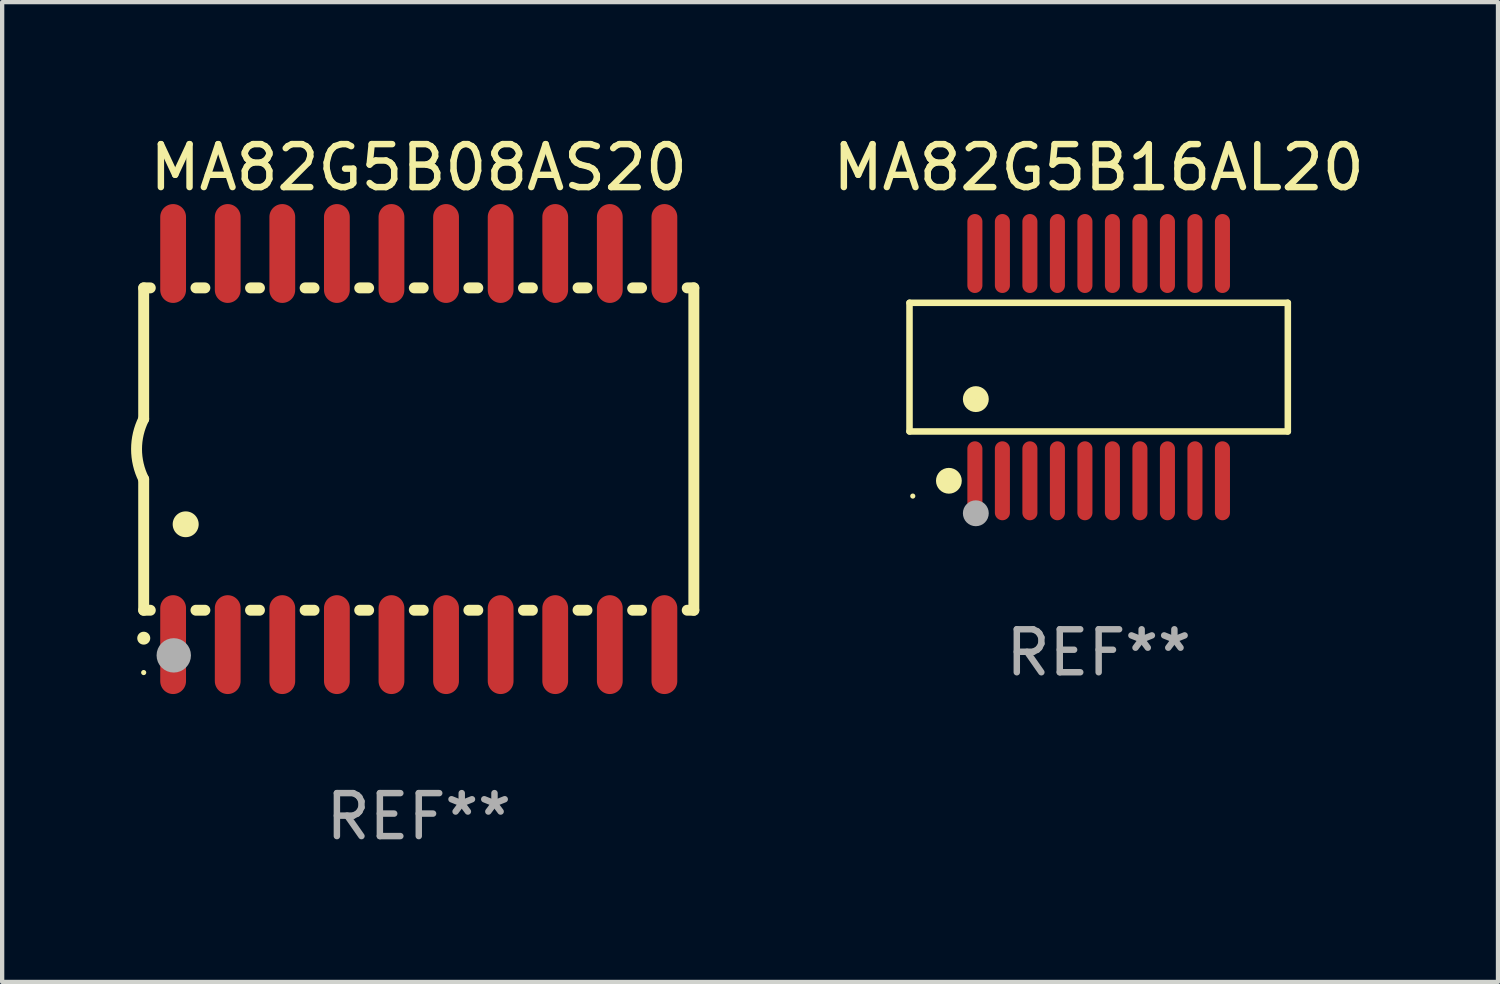
<source format=kicad_pcb>
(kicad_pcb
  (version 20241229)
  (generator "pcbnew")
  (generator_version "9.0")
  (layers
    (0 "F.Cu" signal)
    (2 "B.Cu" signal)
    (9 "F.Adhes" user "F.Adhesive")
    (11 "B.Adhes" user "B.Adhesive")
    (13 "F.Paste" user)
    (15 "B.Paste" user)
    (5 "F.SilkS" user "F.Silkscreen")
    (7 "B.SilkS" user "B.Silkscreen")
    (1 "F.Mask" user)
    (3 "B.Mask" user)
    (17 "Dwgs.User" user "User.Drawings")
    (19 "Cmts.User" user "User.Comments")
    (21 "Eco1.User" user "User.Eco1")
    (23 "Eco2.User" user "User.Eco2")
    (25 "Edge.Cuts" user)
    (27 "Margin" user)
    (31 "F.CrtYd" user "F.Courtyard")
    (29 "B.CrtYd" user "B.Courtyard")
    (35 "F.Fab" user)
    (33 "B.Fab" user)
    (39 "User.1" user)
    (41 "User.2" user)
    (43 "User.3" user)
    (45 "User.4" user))
  (footprint "MA82G5B08AS20"
    (layer "F.Cu")
    (at 6.693 7.398)
    (property "Reference" "MA82G5B08AS20" (at 0 -6.55 0) (layer "F.SilkS") (effects (font (size 1 1) (thickness 0.15))))
    (attr through_hole)
    (fp_line (start -6.4 -3.75) (end -6.4 -0.7) (stroke (width 0.254) (type solid)) (layer "F.SilkS"))
    (fp_line (start -6.4 -3.75) (end -6.246 -3.75) (stroke (width 0.254) (type solid)) (layer "F.SilkS"))
    (fp_line (start -6.4 3.75) (end -6.4 0.7) (stroke (width 0.254) (type solid)) (layer "F.SilkS"))
    (fp_line (start -6.246 3.75) (end -6.4 3.75) (stroke (width 0.254) (type solid)) (layer "F.SilkS"))
    (fp_line (start -5.184 -3.75) (end -4.976 -3.75) (stroke (width 0.254) (type solid)) (layer "F.SilkS"))
    (fp_line (start -4.976 3.75) (end -5.184 3.75) (stroke (width 0.254) (type solid)) (layer "F.SilkS"))
    (fp_line (start -3.914 -3.75) (end -3.706 -3.75) (stroke (width 0.254) (type solid)) (layer "F.SilkS"))
    (fp_line (start -3.706 3.75) (end -3.914 3.75) (stroke (width 0.254) (type solid)) (layer "F.SilkS"))
    (fp_line (start -2.644 -3.75) (end -2.436 -3.75) (stroke (width 0.254) (type solid)) (layer "F.SilkS"))
    (fp_line (start -2.436 3.75) (end -2.644 3.75) (stroke (width 0.254) (type solid)) (layer "F.SilkS"))
    (fp_line (start -1.374 -3.75) (end -1.166 -3.75) (stroke (width 0.254) (type solid)) (layer "F.SilkS"))
    (fp_line (start -1.166 3.75) (end -1.374 3.75) (stroke (width 0.254) (type solid)) (layer "F.SilkS"))
    (fp_line (start -0.104 -3.75) (end 0.104 -3.75) (stroke (width 0.254) (type solid)) (layer "F.SilkS"))
    (fp_line (start 0.104 3.75) (end -0.104 3.75) (stroke (width 0.254) (type solid)) (layer "F.SilkS"))
    (fp_line (start 1.166 -3.75) (end 1.374 -3.75) (stroke (width 0.254) (type solid)) (layer "F.SilkS"))
    (fp_line (start 1.374 3.75) (end 1.166 3.75) (stroke (width 0.254) (type solid)) (layer "F.SilkS"))
    (fp_line (start 2.436 -3.75) (end 2.644 -3.75) (stroke (width 0.254) (type solid)) (layer "F.SilkS"))
    (fp_line (start 2.644 3.75) (end 2.436 3.75) (stroke (width 0.254) (type solid)) (layer "F.SilkS"))
    (fp_line (start 3.706 -3.75) (end 3.914 -3.75) (stroke (width 0.254) (type solid)) (layer "F.SilkS"))
    (fp_line (start 3.914 3.75) (end 3.706 3.75) (stroke (width 0.254) (type solid)) (layer "F.SilkS"))
    (fp_line (start 4.976 -3.75) (end 5.184 -3.75) (stroke (width 0.254) (type solid)) (layer "F.SilkS"))
    (fp_line (start 5.184 3.75) (end 4.976 3.75) (stroke (width 0.254) (type solid)) (layer "F.SilkS"))
    (fp_line (start 6.246 -3.75) (end 6.4 -3.75) (stroke (width 0.254) (type solid)) (layer "F.SilkS"))
    (fp_line (start 6.4 -3.75) (end 6.4 3.75) (stroke (width 0.254) (type solid)) (layer "F.SilkS"))
    (fp_line (start 6.4 3.75) (end 6.246 3.75) (stroke (width 0.254) (type solid)) (layer "F.SilkS"))
    (fp_arc (start -6.400812 0.701041) (mid -6.565912 0.000428) (end -6.400025 -0.7) (stroke (width 0.254001) (type solid)) (layer "F.SilkS"))
    (fp_arc (start -6.400025 4.4) (mid -6.398755 4.399995) (end -6.397485 4.4) (stroke (width 0.3) (type solid)) (layer "F.SilkS"))
    (fp_arc (start -5.425451 1.750064) (mid -5.422911 1.750053) (end -5.420371 1.750064) (stroke (width 0.6) (type solid)) (layer "F.SilkS"))
    (fp_circle (center -6.4 5.2) (end -6.37 5.2) (stroke (width 0.06) (type solid)) (fill no) (layer "F.SilkS"))
    (fp_circle (center -5.7 4.8) (end -5.5 4.8) (stroke (width 0.4) (type solid)) (fill no) (layer "F.Fab"))
    (fp_text user "REF**" (at 0 8.55 0) (layer "F.Fab") (effects (font (size 1 1) (thickness 0.15))))
    (pad "1" smd oval (at -5.715 4.55 180) (size 0.6 2.3) (layers "F.Cu" "F.Mask" "F.Paste"))
    (pad "2" smd oval (at -4.445 4.55 180) (size 0.6 2.3) (layers "F.Cu" "F.Mask" "F.Paste"))
    (pad "3" smd oval (at -3.175 4.55 180) (size 0.6 2.3) (layers "F.Cu" "F.Mask" "F.Paste"))
    (pad "4" smd oval (at -1.905 4.55 180) (size 0.6 2.3) (layers "F.Cu" "F.Mask" "F.Paste"))
    (pad "5" smd oval (at -0.635 4.55 180) (size 0.6 2.3) (layers "F.Cu" "F.Mask" "F.Paste"))
    (pad "6" smd oval (at 0.635 4.55 180) (size 0.6 2.3) (layers "F.Cu" "F.Mask" "F.Paste"))
    (pad "7" smd oval (at 1.905 4.55 180) (size 0.6 2.3) (layers "F.Cu" "F.Mask" "F.Paste"))
    (pad "8" smd oval (at 3.175 4.55 180) (size 0.6 2.3) (layers "F.Cu" "F.Mask" "F.Paste"))
    (pad "9" smd oval (at 4.445 4.55 180) (size 0.6 2.3) (layers "F.Cu" "F.Mask" "F.Paste"))
    (pad "10" smd oval (at 5.715 4.55 180) (size 0.6 2.3) (layers "F.Cu" "F.Mask" "F.Paste"))
    (pad "11" smd oval (at 5.715 -4.55 180) (size 0.6 2.3) (layers "F.Cu" "F.Mask" "F.Paste"))
    (pad "12" smd oval (at 4.445 -4.55 180) (size 0.6 2.3) (layers "F.Cu" "F.Mask" "F.Paste"))
    (pad "13" smd oval (at 3.175 -4.55 180) (size 0.6 2.3) (layers "F.Cu" "F.Mask" "F.Paste"))
    (pad "14" smd oval (at 1.905 -4.55 180) (size 0.6 2.3) (layers "F.Cu" "F.Mask" "F.Paste"))
    (pad "15" smd oval (at 0.635 -4.55 180) (size 0.6 2.3) (layers "F.Cu" "F.Mask" "F.Paste"))
    (pad "16" smd oval (at -0.635 -4.55 180) (size 0.6 2.3) (layers "F.Cu" "F.Mask" "F.Paste"))
    (pad "17" smd oval (at -1.905 -4.55 180) (size 0.6 2.3) (layers "F.Cu" "F.Mask" "F.Paste"))
    (pad "18" smd oval (at -3.175 -4.55 180) (size 0.6 2.3) (layers "F.Cu" "F.Mask" "F.Paste"))
    (pad "19" smd oval (at -4.445 -4.55 180) (size 0.6 2.3) (layers "F.Cu" "F.Mask" "F.Paste"))
    (pad "20" smd oval (at -5.715 -4.55 180) (size 0.6 2.3) (layers "F.Cu" "F.Mask" "F.Paste")))
  (footprint "MA82G5B16AL20"
    (layer "F.Cu")
    (at 22.512 5.492)
    (property "Reference" "MA82G5B16AL20" (at 0 -4.644 0) (layer "F.SilkS") (effects (font (size 1 1) (thickness 0.15))))
    (attr through_hole)
    (fp_line (start -4.401 -1.497) (end 4.401 -1.497) (stroke (width 0.152) (type solid)) (layer "F.SilkS"))
    (fp_line (start -4.401 1.496) (end -4.401 -1.497) (stroke (width 0.152) (type solid)) (layer "F.SilkS"))
    (fp_line (start 4.401 -1.497) (end 4.401 1.496) (stroke (width 0.152) (type solid)) (layer "F.SilkS"))
    (fp_line (start 4.401 1.496) (end -4.401 1.496) (stroke (width 0.152) (type solid)) (layer "F.SilkS"))
    (fp_circle (center -4.325 3) (end -4.295 3) (stroke (width 0.06) (type solid)) (fill no) (layer "F.SilkS"))
    (fp_circle (center -3.485 2.644) (end -3.335 2.644) (stroke (width 0.3) (type solid)) (fill no) (layer "F.SilkS"))
    (fp_circle (center -2.858 0.744) (end -2.707 0.744) (stroke (width 0.3) (type solid)) (fill no) (layer "F.SilkS"))
    (fp_circle (center -2.858 3.4) (end -2.707 3.4) (stroke (width 0.3) (type solid)) (fill no) (layer "F.Fab"))
    (fp_text user "REF**" (at 0 6.644 0) (layer "F.Fab") (effects (font (size 1 1) (thickness 0.15))))
    (pad "1" smd oval (at -2.88 2.644) (size 0.35 1.837) (layers "F.Cu" "F.Mask" "F.Paste"))
    (pad "2" smd oval (at -2.24 2.644) (size 0.35 1.837) (layers "F.Cu" "F.Mask" "F.Paste"))
    (pad "3" smd oval (at -1.6 2.644) (size 0.35 1.837) (layers "F.Cu" "F.Mask" "F.Paste"))
    (pad "4" smd oval (at -0.96 2.644) (size 0.35 1.837) (layers "F.Cu" "F.Mask" "F.Paste"))
    (pad "5" smd oval (at -0.32 2.644) (size 0.35 1.837) (layers "F.Cu" "F.Mask" "F.Paste"))
    (pad "6" smd oval (at 0.32 2.644) (size 0.35 1.837) (layers "F.Cu" "F.Mask" "F.Paste"))
    (pad "7" smd oval (at 0.96 2.644) (size 0.35 1.837) (layers "F.Cu" "F.Mask" "F.Paste"))
    (pad "8" smd oval (at 1.6 2.644) (size 0.35 1.837) (layers "F.Cu" "F.Mask" "F.Paste"))
    (pad "9" smd oval (at 2.24 2.644) (size 0.35 1.837) (layers "F.Cu" "F.Mask" "F.Paste"))
    (pad "10" smd oval (at 2.88 2.644) (size 0.35 1.837) (layers "F.Cu" "F.Mask" "F.Paste"))
    (pad "11" smd oval (at 2.88 -2.644 180) (size 0.35 1.837) (layers "F.Cu" "F.Mask" "F.Paste"))
    (pad "12" smd oval (at 2.24 -2.644 180) (size 0.35 1.837) (layers "F.Cu" "F.Mask" "F.Paste"))
    (pad "13" smd oval (at 1.6 -2.644 180) (size 0.35 1.837) (layers "F.Cu" "F.Mask" "F.Paste"))
    (pad "14" smd oval (at 0.96 -2.644 180) (size 0.35 1.837) (layers "F.Cu" "F.Mask" "F.Paste"))
    (pad "15" smd oval (at 0.32 -2.644 180) (size 0.35 1.837) (layers "F.Cu" "F.Mask" "F.Paste"))
    (pad "16" smd oval (at -0.32 -2.644 180) (size 0.35 1.837) (layers "F.Cu" "F.Mask" "F.Paste"))
    (pad "17" smd oval (at -0.96 -2.644 180) (size 0.35 1.837) (layers "F.Cu" "F.Mask" "F.Paste"))
    (pad "18" smd oval (at -1.6 -2.644 180) (size 0.35 1.837) (layers "F.Cu" "F.Mask" "F.Paste"))
    (pad "19" smd oval (at -2.24 -2.644 180) (size 0.35 1.837) (layers "F.Cu" "F.Mask" "F.Paste"))
    (pad "20" smd oval (at -2.88 -2.644 180) (size 0.35 1.837) (layers "F.Cu" "F.Mask" "F.Paste")))
  (gr_rect
    (start -3 -3)
    (end 31.803 19.796)
    (stroke (width 0.1) (type default))
    (fill no)
    (layer "Edge.Cuts")))
</source>
